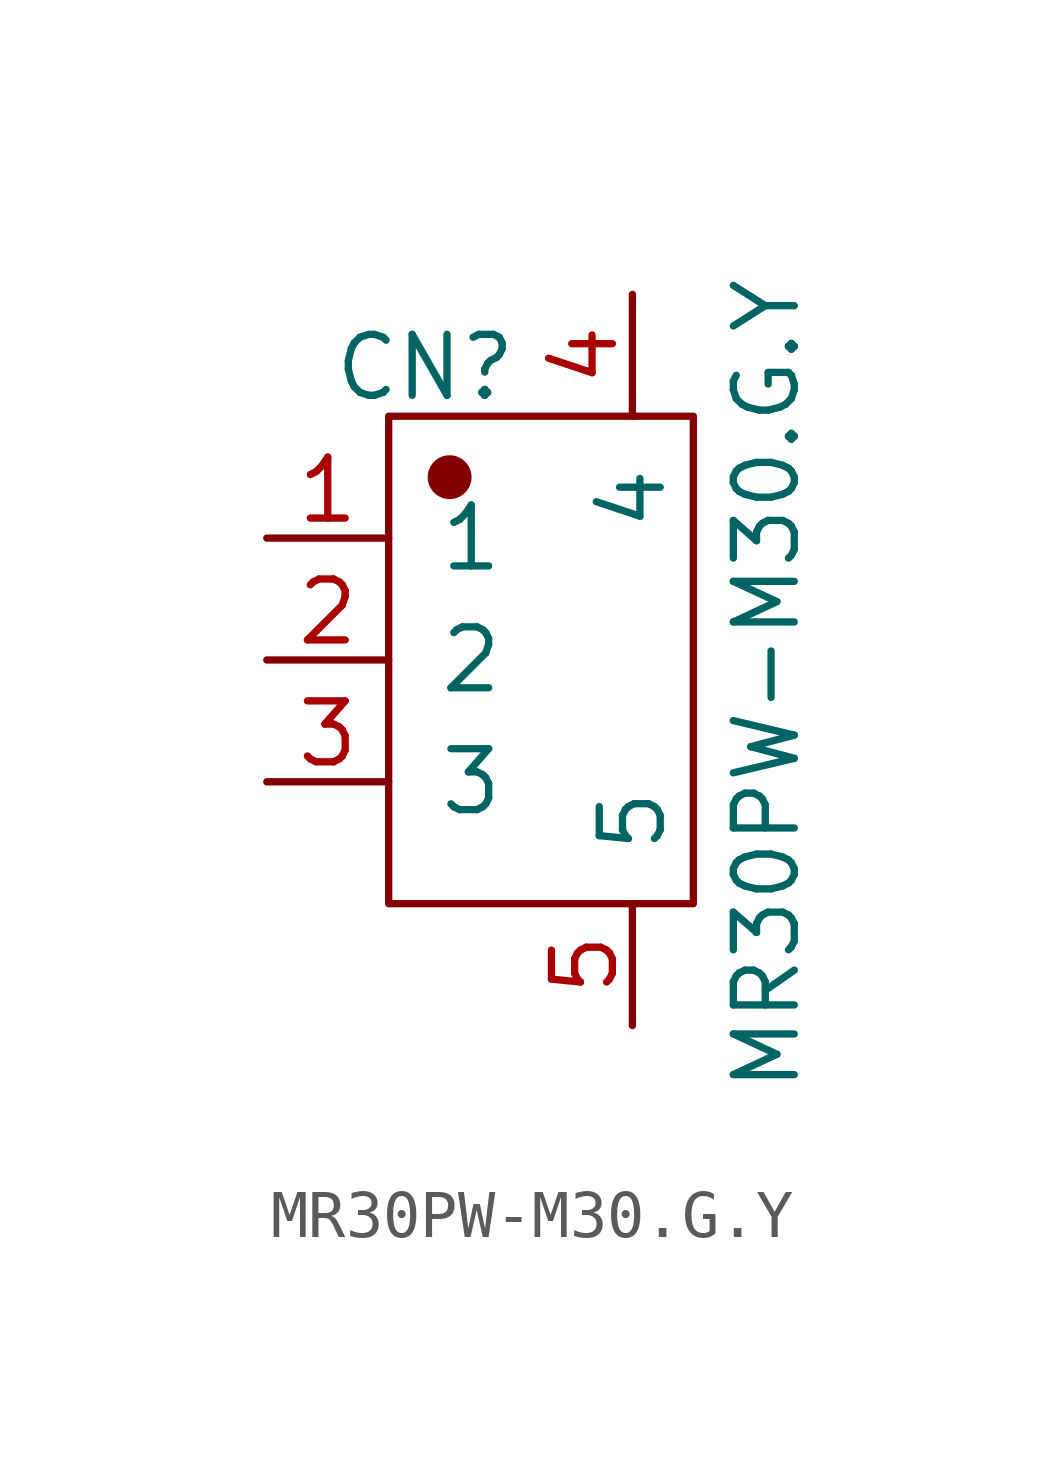
<source format=kicad_sym>
(kicad_symbol_lib
  (version 20231120)
  (generator "kicad_symbol_editor")
  (generator_version "8.0")
  (symbol "MR30PW-M30.G.Y"
    (pin_names
      (offset 1.016))
    (property "Reference" "CN"
      (at -1.778 6.096 0)
      (effects (font (size 1.27 1.27))))
    (property "Value" "MR30PW-M30.G.Y"
      (at 5.334 -0.508 90)
      (effects (font (size 1.27 1.27))))
    (symbol "MR30PW-M30.G.Y_1_1"
      (rectangle (start -2.54 5.08) (end 3.81 -5.08) (stroke (width 0.152) (type solid)) (fill (type none)))
      (circle (center -1.27 3.81) (radius 0.381) (stroke (width 0.152) (type solid)) (fill (type outline)))
      (pin input line (at -5.08 2.54 0) (length 2.54) (name "1" (effects (font (size 1.27 1.27)))) (number "1" (effects (font (size 1.27 1.27)))))
      (pin input line (at -5.08 0 0) (length 2.54) (name "2" (effects (font (size 1.27 1.27)))) (number "2" (effects (font (size 1.27 1.27)))))
      (pin input line (at -5.08 -2.54 0) (length 2.54) (name "3" (effects (font (size 1.27 1.27)))) (number "3" (effects (font (size 1.27 1.27)))))
      (pin input line (at 2.54 7.62 270) (length 2.54) (name "4" (effects (font (size 1.27 1.27)))) (number "4" (effects (font (size 1.27 1.27)))))
      (pin input line (at 2.54 -7.62 90) (length 2.54) (name "5" (effects (font (size 1.27 1.27)))) (number "5" (effects (font (size 1.27 1.27))))))))
</source>
